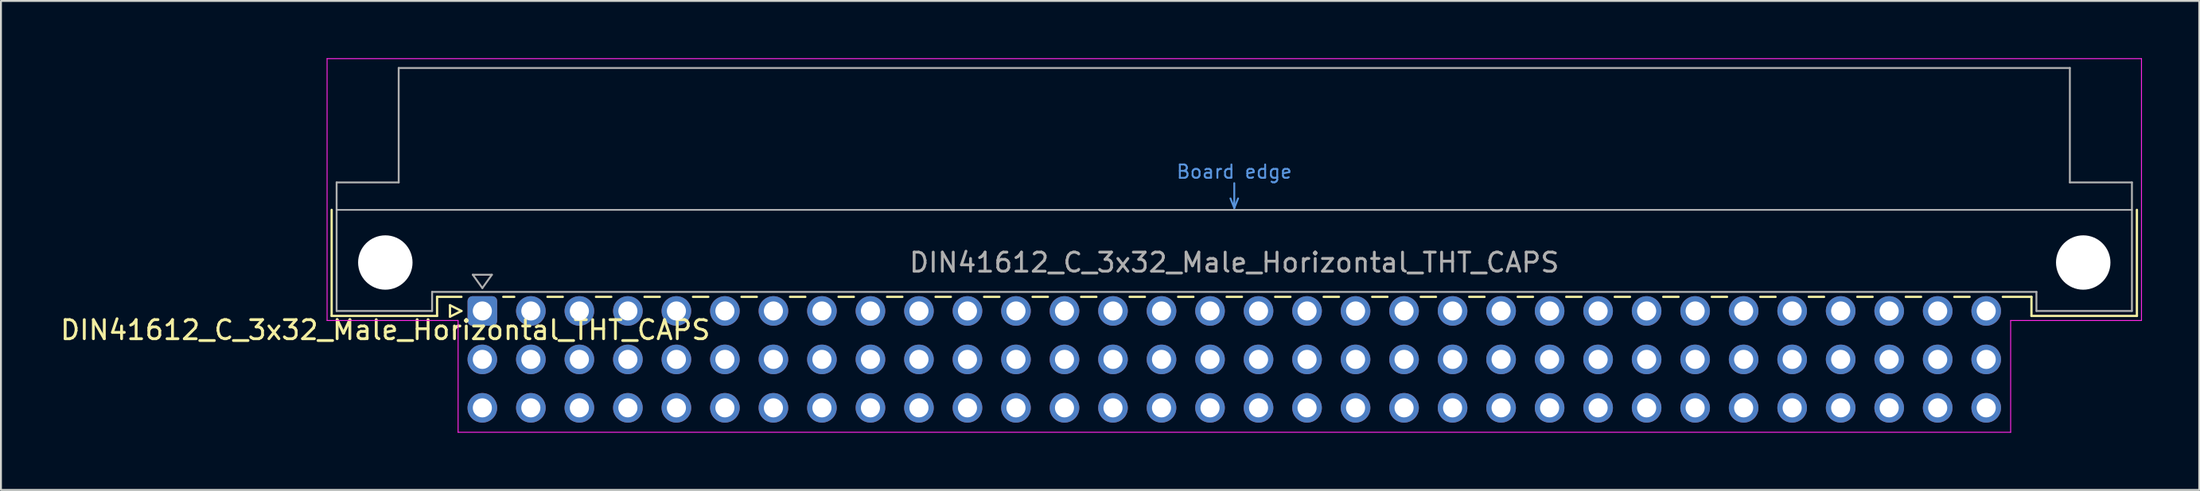
<source format=kicad_pcb>
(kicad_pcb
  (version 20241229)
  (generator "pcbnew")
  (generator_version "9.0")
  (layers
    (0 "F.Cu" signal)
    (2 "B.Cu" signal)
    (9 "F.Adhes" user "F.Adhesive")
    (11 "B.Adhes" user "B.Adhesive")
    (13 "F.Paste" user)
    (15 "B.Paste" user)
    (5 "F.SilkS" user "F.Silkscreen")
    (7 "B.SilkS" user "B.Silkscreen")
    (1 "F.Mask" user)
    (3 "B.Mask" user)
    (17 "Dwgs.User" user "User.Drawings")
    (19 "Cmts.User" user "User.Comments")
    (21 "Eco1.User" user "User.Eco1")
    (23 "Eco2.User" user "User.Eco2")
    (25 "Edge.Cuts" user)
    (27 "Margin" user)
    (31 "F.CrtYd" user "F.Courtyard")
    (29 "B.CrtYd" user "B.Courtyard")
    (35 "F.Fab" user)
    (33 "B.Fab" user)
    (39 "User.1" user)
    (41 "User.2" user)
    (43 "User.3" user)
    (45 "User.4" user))
  (footprint "DIN41612_C_3x32_Male_Horizontal_THT_CAPS"
    (layer "F.Cu")
    (at 22.205 13.255)
    (property "Reference" "DIN41612_C_3x32_Male_Horizontal_THT_CAPS" (at -5.08 1 0) (layer "F.SilkS") (effects (font (size 1 1) (thickness 0.15))))
    (attr through_hole)
    (fp_line (start -7.89 -5.3) (end -7.89 0.26) (stroke (width 0.12) (type solid)) (layer "F.SilkS"))
    (fp_line (start -7.89 0.26) (end -2.37 0.26) (stroke (width 0.12) (type solid)) (layer "F.SilkS"))
    (fp_line (start -2.371 -0.74) (end -1.095 -0.74) (stroke (width 0.12) (type solid)) (layer "F.SilkS"))
    (fp_line (start -2.37 0.26) (end -2.37 -0.74) (stroke (width 0.12) (type solid)) (layer "F.SilkS"))
    (fp_line (start -1.695 -0.3) (end -1.695 0.3) (stroke (width 0.12) (type solid)) (layer "F.SilkS"))
    (fp_line (start -1.695 0.3) (end -1.095 0) (stroke (width 0.12) (type solid)) (layer "F.SilkS"))
    (fp_line (start -1.095 0) (end -1.695 -0.3) (stroke (width 0.12) (type solid)) (layer "F.SilkS"))
    (fp_line (start 1.095 -0.74) (end 1.671 -0.74) (stroke (width 0.12) (type solid)) (layer "F.SilkS"))
    (fp_line (start 3.41 -0.74) (end 4.211 -0.74) (stroke (width 0.12) (type solid)) (layer "F.SilkS"))
    (fp_line (start 5.95 -0.74) (end 6.751 -0.74) (stroke (width 0.12) (type solid)) (layer "F.SilkS"))
    (fp_line (start 8.49 -0.74) (end 9.291 -0.74) (stroke (width 0.12) (type solid)) (layer "F.SilkS"))
    (fp_line (start 11.03 -0.74) (end 11.831 -0.74) (stroke (width 0.12) (type solid)) (layer "F.SilkS"))
    (fp_line (start 13.57 -0.74) (end 14.371 -0.74) (stroke (width 0.12) (type solid)) (layer "F.SilkS"))
    (fp_line (start 16.11 -0.74) (end 16.911 -0.74) (stroke (width 0.12) (type solid)) (layer "F.SilkS"))
    (fp_line (start 18.65 -0.74) (end 19.451 -0.74) (stroke (width 0.12) (type solid)) (layer "F.SilkS"))
    (fp_line (start 21.19 -0.74) (end 21.991 -0.74) (stroke (width 0.12) (type solid)) (layer "F.SilkS"))
    (fp_line (start 23.73 -0.74) (end 24.531 -0.74) (stroke (width 0.12) (type solid)) (layer "F.SilkS"))
    (fp_line (start 26.27 -0.74) (end 27.071 -0.74) (stroke (width 0.12) (type solid)) (layer "F.SilkS"))
    (fp_line (start 28.81 -0.74) (end 29.611 -0.74) (stroke (width 0.12) (type solid)) (layer "F.SilkS"))
    (fp_line (start 31.35 -0.74) (end 32.151 -0.74) (stroke (width 0.12) (type solid)) (layer "F.SilkS"))
    (fp_line (start 33.89 -0.74) (end 34.691 -0.74) (stroke (width 0.12) (type solid)) (layer "F.SilkS"))
    (fp_line (start 36.43 -0.74) (end 37.231 -0.74) (stroke (width 0.12) (type solid)) (layer "F.SilkS"))
    (fp_line (start 38.97 -0.74) (end 39.771 -0.74) (stroke (width 0.12) (type solid)) (layer "F.SilkS"))
    (fp_line (start 41.51 -0.74) (end 42.311 -0.74) (stroke (width 0.12) (type solid)) (layer "F.SilkS"))
    (fp_line (start 44.05 -0.74) (end 44.851 -0.74) (stroke (width 0.12) (type solid)) (layer "F.SilkS"))
    (fp_line (start 46.59 -0.74) (end 47.391 -0.74) (stroke (width 0.12) (type solid)) (layer "F.SilkS"))
    (fp_line (start 49.13 -0.74) (end 49.931 -0.74) (stroke (width 0.12) (type solid)) (layer "F.SilkS"))
    (fp_line (start 51.67 -0.74) (end 52.471 -0.74) (stroke (width 0.12) (type solid)) (layer "F.SilkS"))
    (fp_line (start 54.21 -0.74) (end 55.011 -0.74) (stroke (width 0.12) (type solid)) (layer "F.SilkS"))
    (fp_line (start 56.75 -0.74) (end 57.551 -0.74) (stroke (width 0.12) (type solid)) (layer "F.SilkS"))
    (fp_line (start 59.29 -0.74) (end 60.091 -0.74) (stroke (width 0.12) (type solid)) (layer "F.SilkS"))
    (fp_line (start 61.83 -0.74) (end 62.631 -0.74) (stroke (width 0.12) (type solid)) (layer "F.SilkS"))
    (fp_line (start 64.37 -0.74) (end 65.171 -0.74) (stroke (width 0.12) (type solid)) (layer "F.SilkS"))
    (fp_line (start 66.91 -0.74) (end 67.711 -0.74) (stroke (width 0.12) (type solid)) (layer "F.SilkS"))
    (fp_line (start 69.45 -0.74) (end 70.251 -0.74) (stroke (width 0.12) (type solid)) (layer "F.SilkS"))
    (fp_line (start 71.99 -0.74) (end 72.791 -0.74) (stroke (width 0.12) (type solid)) (layer "F.SilkS"))
    (fp_line (start 74.53 -0.74) (end 75.331 -0.74) (stroke (width 0.12) (type solid)) (layer "F.SilkS"))
    (fp_line (start 77.07 -0.74) (end 77.871 -0.74) (stroke (width 0.12) (type solid)) (layer "F.SilkS"))
    (fp_line (start 79.61 -0.74) (end 81.11 -0.74) (stroke (width 0.12) (type solid)) (layer "F.SilkS"))
    (fp_line (start 81.11 0.26) (end 81.11 -0.74) (stroke (width 0.12) (type solid)) (layer "F.SilkS"))
    (fp_line (start 86.63 -5.3) (end 86.63 0.26) (stroke (width 0.12) (type solid)) (layer "F.SilkS"))
    (fp_line (start 86.63 0.26) (end 81.11 0.26) (stroke (width 0.12) (type solid)) (layer "F.SilkS"))
    (fp_line (start -7.63 -5.3) (end 86.37 -5.3) (stroke (width 0.08) (type solid)) (layer "Dwgs.User"))
    (fp_line (start 39.17 -5.9) (end 39.37 -5.4) (stroke (width 0.1) (type solid)) (layer "Cmts.User"))
    (fp_line (start 39.37 -5.4) (end 39.37 -6.7) (stroke (width 0.1) (type solid)) (layer "Cmts.User"))
    (fp_line (start 39.37 -5.4) (end 39.57 -5.9) (stroke (width 0.1) (type solid)) (layer "Cmts.User"))
    (fp_line (start -8.13 -13.23) (end -8.13 0.5) (stroke (width 0.05) (type solid)) (layer "F.CrtYd"))
    (fp_line (start -8.13 0.5) (end -1.27 0.5) (stroke (width 0.05) (type solid)) (layer "F.CrtYd"))
    (fp_line (start -1.27 0.5) (end -1.27 6.36) (stroke (width 0.05) (type solid)) (layer "F.CrtYd"))
    (fp_line (start -1.27 6.36) (end 80.02 6.36) (stroke (width 0.05) (type solid)) (layer "F.CrtYd"))
    (fp_line (start 80.02 0.5) (end 86.87 0.5) (stroke (width 0.05) (type solid)) (layer "F.CrtYd"))
    (fp_line (start 80.02 6.36) (end 80.02 0.5) (stroke (width 0.05) (type solid)) (layer "F.CrtYd"))
    (fp_line (start 86.87 -13.23) (end -8.13 -13.23) (stroke (width 0.05) (type solid)) (layer "F.CrtYd"))
    (fp_line (start 86.87 0.5) (end 86.87 -13.23) (stroke (width 0.05) (type solid)) (layer "F.CrtYd"))
    (fp_line (start -7.63 -6.74) (end -7.63 0) (stroke (width 0.1) (type solid)) (layer "F.Fab"))
    (fp_line (start -7.63 0) (end -2.63 0) (stroke (width 0.1) (type solid)) (layer "F.Fab"))
    (fp_line (start -4.38 -12.74) (end -4.38 -6.74) (stroke (width 0.1) (type solid)) (layer "F.Fab"))
    (fp_line (start -4.38 -6.74) (end -7.63 -6.74) (stroke (width 0.1) (type solid)) (layer "F.Fab"))
    (fp_line (start -2.63 -1) (end 81.37 -1) (stroke (width 0.1) (type solid)) (layer "F.Fab"))
    (fp_line (start -2.63 0) (end -2.63 -1) (stroke (width 0.1) (type solid)) (layer "F.Fab"))
    (fp_line (start -0.5 -1.9) (end 0.5 -1.9) (stroke (width 0.1) (type solid)) (layer "F.Fab"))
    (fp_line (start 0 -1.2) (end -0.5 -1.9) (stroke (width 0.1) (type solid)) (layer "F.Fab"))
    (fp_line (start 0.5 -1.9) (end 0 -1.2) (stroke (width 0.1) (type solid)) (layer "F.Fab"))
    (fp_line (start 81.37 -1) (end 81.37 0) (stroke (width 0.1) (type solid)) (layer "F.Fab"))
    (fp_line (start 81.37 0) (end 86.37 0) (stroke (width 0.1) (type solid)) (layer "F.Fab"))
    (fp_line (start 83.12 -12.74) (end -4.38 -12.74) (stroke (width 0.1) (type solid)) (layer "F.Fab"))
    (fp_line (start 83.12 -6.74) (end 83.12 -12.74) (stroke (width 0.1) (type solid)) (layer "F.Fab"))
    (fp_line (start 86.37 -6.74) (end 83.12 -6.74) (stroke (width 0.1) (type solid)) (layer "F.Fab"))
    (fp_line (start 86.37 0) (end 86.37 -6.74) (stroke (width 0.1) (type solid)) (layer "F.Fab"))
    (fp_text user "Board edge" (at 39.37 -7.3 0) (layer "Cmts.User") (effects (font (size 0.7 0.7) (thickness 0.1))))
    (fp_text user "${REFERENCE}" (at 39.37 -2.54 0) (layer "F.Fab") (effects (font (size 1 1) (thickness 0.15))))
    (pad "" np_thru_hole circle (at -5.08 -2.54) (size 2.85 2.85) (drill 2.85) (layers "*.Cu" "*.Mask"))
    (pad "" np_thru_hole circle (at 83.82 -2.54) (size 2.85 2.85) (drill 2.85) (layers "*.Cu" "*.Mask"))
    (pad "A1" thru_hole roundrect (at 0 0 90) (size 1.55 1.55) (drill 1) (layers "*.Cu" "*.Mask") (roundrect_rratio 0.161))
    (pad "A2" thru_hole circle (at 2.54 0) (size 1.55 1.55) (drill 1) (layers "*.Cu" "*.Mask"))
    (pad "A3" thru_hole circle (at 5.08 0) (size 1.55 1.55) (drill 1) (layers "*.Cu" "*.Mask"))
    (pad "A4" thru_hole circle (at 7.62 0) (size 1.55 1.55) (drill 1) (layers "*.Cu" "*.Mask"))
    (pad "A5" thru_hole circle (at 10.16 0) (size 1.55 1.55) (drill 1) (layers "*.Cu" "*.Mask"))
    (pad "A6" thru_hole circle (at 12.7 0) (size 1.55 1.55) (drill 1) (layers "*.Cu" "*.Mask"))
    (pad "A7" thru_hole circle (at 15.24 0) (size 1.55 1.55) (drill 1) (layers "*.Cu" "*.Mask"))
    (pad "A8" thru_hole circle (at 17.78 0) (size 1.55 1.55) (drill 1) (layers "*.Cu" "*.Mask"))
    (pad "A9" thru_hole circle (at 20.32 0) (size 1.55 1.55) (drill 1) (layers "*.Cu" "*.Mask"))
    (pad "A10" thru_hole circle (at 22.86 0) (size 1.55 1.55) (drill 1) (layers "*.Cu" "*.Mask"))
    (pad "A11" thru_hole circle (at 25.4 0) (size 1.55 1.55) (drill 1) (layers "*.Cu" "*.Mask"))
    (pad "A12" thru_hole circle (at 27.94 0) (size 1.55 1.55) (drill 1) (layers "*.Cu" "*.Mask"))
    (pad "A13" thru_hole circle (at 30.48 0) (size 1.55 1.55) (drill 1) (layers "*.Cu" "*.Mask"))
    (pad "A14" thru_hole circle (at 33.02 0) (size 1.55 1.55) (drill 1) (layers "*.Cu" "*.Mask"))
    (pad "A15" thru_hole circle (at 35.56 0) (size 1.55 1.55) (drill 1) (layers "*.Cu" "*.Mask"))
    (pad "A16" thru_hole circle (at 38.1 0) (size 1.55 1.55) (drill 1) (layers "*.Cu" "*.Mask"))
    (pad "A17" thru_hole circle (at 40.64 0) (size 1.55 1.55) (drill 1) (layers "*.Cu" "*.Mask"))
    (pad "A18" thru_hole circle (at 43.18 0) (size 1.55 1.55) (drill 1) (layers "*.Cu" "*.Mask"))
    (pad "A19" thru_hole circle (at 45.72 0) (size 1.55 1.55) (drill 1) (layers "*.Cu" "*.Mask"))
    (pad "A20" thru_hole circle (at 48.26 0) (size 1.55 1.55) (drill 1) (layers "*.Cu" "*.Mask"))
    (pad "A21" thru_hole circle (at 50.8 0) (size 1.55 1.55) (drill 1) (layers "*.Cu" "*.Mask"))
    (pad "A22" thru_hole circle (at 53.34 0) (size 1.55 1.55) (drill 1) (layers "*.Cu" "*.Mask"))
    (pad "A23" thru_hole circle (at 55.88 0) (size 1.55 1.55) (drill 1) (layers "*.Cu" "*.Mask"))
    (pad "A24" thru_hole circle (at 58.42 0) (size 1.55 1.55) (drill 1) (layers "*.Cu" "*.Mask"))
    (pad "A25" thru_hole circle (at 60.96 0) (size 1.55 1.55) (drill 1) (layers "*.Cu" "*.Mask"))
    (pad "A26" thru_hole circle (at 63.5 0) (size 1.55 1.55) (drill 1) (layers "*.Cu" "*.Mask"))
    (pad "A27" thru_hole circle (at 66.04 0) (size 1.55 1.55) (drill 1) (layers "*.Cu" "*.Mask"))
    (pad "A28" thru_hole circle (at 68.58 0) (size 1.55 1.55) (drill 1) (layers "*.Cu" "*.Mask"))
    (pad "A29" thru_hole circle (at 71.12 0) (size 1.55 1.55) (drill 1) (layers "*.Cu" "*.Mask"))
    (pad "A30" thru_hole circle (at 73.66 0) (size 1.55 1.55) (drill 1) (layers "*.Cu" "*.Mask"))
    (pad "A31" thru_hole circle (at 76.2 0) (size 1.55 1.55) (drill 1) (layers "*.Cu" "*.Mask"))
    (pad "A32" thru_hole circle (at 78.74 0) (size 1.55 1.55) (drill 1) (layers "*.Cu" "*.Mask"))
    (pad "B1" thru_hole circle (at 0 2.54) (size 1.55 1.55) (drill 1) (layers "*.Cu" "*.Mask"))
    (pad "B2" thru_hole circle (at 2.54 2.54) (size 1.55 1.55) (drill 1) (layers "*.Cu" "*.Mask"))
    (pad "B3" thru_hole circle (at 5.08 2.54) (size 1.55 1.55) (drill 1) (layers "*.Cu" "*.Mask"))
    (pad "B4" thru_hole circle (at 7.62 2.54) (size 1.55 1.55) (drill 1) (layers "*.Cu" "*.Mask"))
    (pad "B5" thru_hole circle (at 10.16 2.54) (size 1.55 1.55) (drill 1) (layers "*.Cu" "*.Mask"))
    (pad "B6" thru_hole circle (at 12.7 2.54) (size 1.55 1.55) (drill 1) (layers "*.Cu" "*.Mask"))
    (pad "B7" thru_hole circle (at 15.24 2.54) (size 1.55 1.55) (drill 1) (layers "*.Cu" "*.Mask"))
    (pad "B8" thru_hole circle (at 17.78 2.54) (size 1.55 1.55) (drill 1) (layers "*.Cu" "*.Mask"))
    (pad "B9" thru_hole circle (at 20.32 2.54) (size 1.55 1.55) (drill 1) (layers "*.Cu" "*.Mask"))
    (pad "B10" thru_hole circle (at 22.86 2.54) (size 1.55 1.55) (drill 1) (layers "*.Cu" "*.Mask"))
    (pad "B11" thru_hole circle (at 25.4 2.54) (size 1.55 1.55) (drill 1) (layers "*.Cu" "*.Mask"))
    (pad "B12" thru_hole circle (at 27.94 2.54) (size 1.55 1.55) (drill 1) (layers "*.Cu" "*.Mask"))
    (pad "B13" thru_hole circle (at 30.48 2.54) (size 1.55 1.55) (drill 1) (layers "*.Cu" "*.Mask"))
    (pad "B14" thru_hole circle (at 33.02 2.54) (size 1.55 1.55) (drill 1) (layers "*.Cu" "*.Mask"))
    (pad "B15" thru_hole circle (at 35.56 2.54) (size 1.55 1.55) (drill 1) (layers "*.Cu" "*.Mask"))
    (pad "B16" thru_hole circle (at 38.1 2.54) (size 1.55 1.55) (drill 1) (layers "*.Cu" "*.Mask"))
    (pad "B17" thru_hole circle (at 40.64 2.54) (size 1.55 1.55) (drill 1) (layers "*.Cu" "*.Mask"))
    (pad "B18" thru_hole circle (at 43.18 2.54) (size 1.55 1.55) (drill 1) (layers "*.Cu" "*.Mask"))
    (pad "B19" thru_hole circle (at 45.72 2.54) (size 1.55 1.55) (drill 1) (layers "*.Cu" "*.Mask"))
    (pad "B20" thru_hole circle (at 48.26 2.54) (size 1.55 1.55) (drill 1) (layers "*.Cu" "*.Mask"))
    (pad "B21" thru_hole circle (at 50.8 2.54) (size 1.55 1.55) (drill 1) (layers "*.Cu" "*.Mask"))
    (pad "B22" thru_hole circle (at 53.34 2.54) (size 1.55 1.55) (drill 1) (layers "*.Cu" "*.Mask"))
    (pad "B23" thru_hole circle (at 55.88 2.54) (size 1.55 1.55) (drill 1) (layers "*.Cu" "*.Mask"))
    (pad "B24" thru_hole circle (at 58.42 2.54) (size 1.55 1.55) (drill 1) (layers "*.Cu" "*.Mask"))
    (pad "B25" thru_hole circle (at 60.96 2.54) (size 1.55 1.55) (drill 1) (layers "*.Cu" "*.Mask"))
    (pad "B26" thru_hole circle (at 63.5 2.54) (size 1.55 1.55) (drill 1) (layers "*.Cu" "*.Mask"))
    (pad "B27" thru_hole circle (at 66.04 2.54) (size 1.55 1.55) (drill 1) (layers "*.Cu" "*.Mask"))
    (pad "B28" thru_hole circle (at 68.58 2.54) (size 1.55 1.55) (drill 1) (layers "*.Cu" "*.Mask"))
    (pad "B29" thru_hole circle (at 71.12 2.54) (size 1.55 1.55) (drill 1) (layers "*.Cu" "*.Mask"))
    (pad "B30" thru_hole circle (at 73.66 2.54) (size 1.55 1.55) (drill 1) (layers "*.Cu" "*.Mask"))
    (pad "B31" thru_hole circle (at 76.2 2.54) (size 1.55 1.55) (drill 1) (layers "*.Cu" "*.Mask"))
    (pad "B32" thru_hole circle (at 78.74 2.54) (size 1.55 1.55) (drill 1) (layers "*.Cu" "*.Mask"))
    (pad "C1" thru_hole circle (at 0 5.08) (size 1.55 1.55) (drill 1) (layers "*.Cu" "*.Mask"))
    (pad "C2" thru_hole circle (at 2.54 5.08) (size 1.55 1.55) (drill 1) (layers "*.Cu" "*.Mask"))
    (pad "C3" thru_hole circle (at 5.08 5.08) (size 1.55 1.55) (drill 1) (layers "*.Cu" "*.Mask"))
    (pad "C4" thru_hole circle (at 7.62 5.08) (size 1.55 1.55) (drill 1) (layers "*.Cu" "*.Mask"))
    (pad "C5" thru_hole circle (at 10.16 5.08) (size 1.55 1.55) (drill 1) (layers "*.Cu" "*.Mask"))
    (pad "C6" thru_hole circle (at 12.7 5.08) (size 1.55 1.55) (drill 1) (layers "*.Cu" "*.Mask"))
    (pad "C7" thru_hole circle (at 15.24 5.08) (size 1.55 1.55) (drill 1) (layers "*.Cu" "*.Mask"))
    (pad "C8" thru_hole circle (at 17.78 5.08) (size 1.55 1.55) (drill 1) (layers "*.Cu" "*.Mask"))
    (pad "C9" thru_hole circle (at 20.32 5.08) (size 1.55 1.55) (drill 1) (layers "*.Cu" "*.Mask"))
    (pad "C10" thru_hole circle (at 22.86 5.08) (size 1.55 1.55) (drill 1) (layers "*.Cu" "*.Mask"))
    (pad "C11" thru_hole circle (at 25.4 5.08) (size 1.55 1.55) (drill 1) (layers "*.Cu" "*.Mask"))
    (pad "C12" thru_hole circle (at 27.94 5.08) (size 1.55 1.55) (drill 1) (layers "*.Cu" "*.Mask"))
    (pad "C13" thru_hole circle (at 30.48 5.08) (size 1.55 1.55) (drill 1) (layers "*.Cu" "*.Mask"))
    (pad "C14" thru_hole circle (at 33.02 5.08) (size 1.55 1.55) (drill 1) (layers "*.Cu" "*.Mask"))
    (pad "C15" thru_hole circle (at 35.56 5.08) (size 1.55 1.55) (drill 1) (layers "*.Cu" "*.Mask"))
    (pad "C16" thru_hole circle (at 38.1 5.08) (size 1.55 1.55) (drill 1) (layers "*.Cu" "*.Mask"))
    (pad "C17" thru_hole circle (at 40.64 5.08) (size 1.55 1.55) (drill 1) (layers "*.Cu" "*.Mask"))
    (pad "C18" thru_hole circle (at 43.18 5.08) (size 1.55 1.55) (drill 1) (layers "*.Cu" "*.Mask"))
    (pad "C19" thru_hole circle (at 45.72 5.08) (size 1.55 1.55) (drill 1) (layers "*.Cu" "*.Mask"))
    (pad "C20" thru_hole circle (at 48.26 5.08) (size 1.55 1.55) (drill 1) (layers "*.Cu" "*.Mask"))
    (pad "C21" thru_hole circle (at 50.8 5.08) (size 1.55 1.55) (drill 1) (layers "*.Cu" "*.Mask"))
    (pad "C22" thru_hole circle (at 53.34 5.08) (size 1.55 1.55) (drill 1) (layers "*.Cu" "*.Mask"))
    (pad "C23" thru_hole circle (at 55.88 5.08) (size 1.55 1.55) (drill 1) (layers "*.Cu" "*.Mask"))
    (pad "C24" thru_hole circle (at 58.42 5.08) (size 1.55 1.55) (drill 1) (layers "*.Cu" "*.Mask"))
    (pad "C25" thru_hole circle (at 60.96 5.08) (size 1.55 1.55) (drill 1) (layers "*.Cu" "*.Mask"))
    (pad "C26" thru_hole circle (at 63.5 5.08) (size 1.55 1.55) (drill 1) (layers "*.Cu" "*.Mask"))
    (pad "C27" thru_hole circle (at 66.04 5.08) (size 1.55 1.55) (drill 1) (layers "*.Cu" "*.Mask"))
    (pad "C28" thru_hole circle (at 68.58 5.08) (size 1.55 1.55) (drill 1) (layers "*.Cu" "*.Mask"))
    (pad "C29" thru_hole circle (at 71.12 5.08) (size 1.55 1.55) (drill 1) (layers "*.Cu" "*.Mask"))
    (pad "C30" thru_hole circle (at 73.66 5.08) (size 1.55 1.55) (drill 1) (layers "*.Cu" "*.Mask"))
    (pad "C31" thru_hole circle (at 76.2 5.08) (size 1.55 1.55) (drill 1) (layers "*.Cu" "*.Mask"))
    (pad "C32" thru_hole circle (at 78.74 5.08) (size 1.55 1.55) (drill 1) (layers "*.Cu" "*.Mask")))
  (gr_rect
    (start -3 -3)
    (end 112.1 22.64)
    (stroke (width 0.1) (type default))
    (fill no)
    (layer "Edge.Cuts")))
</source>
